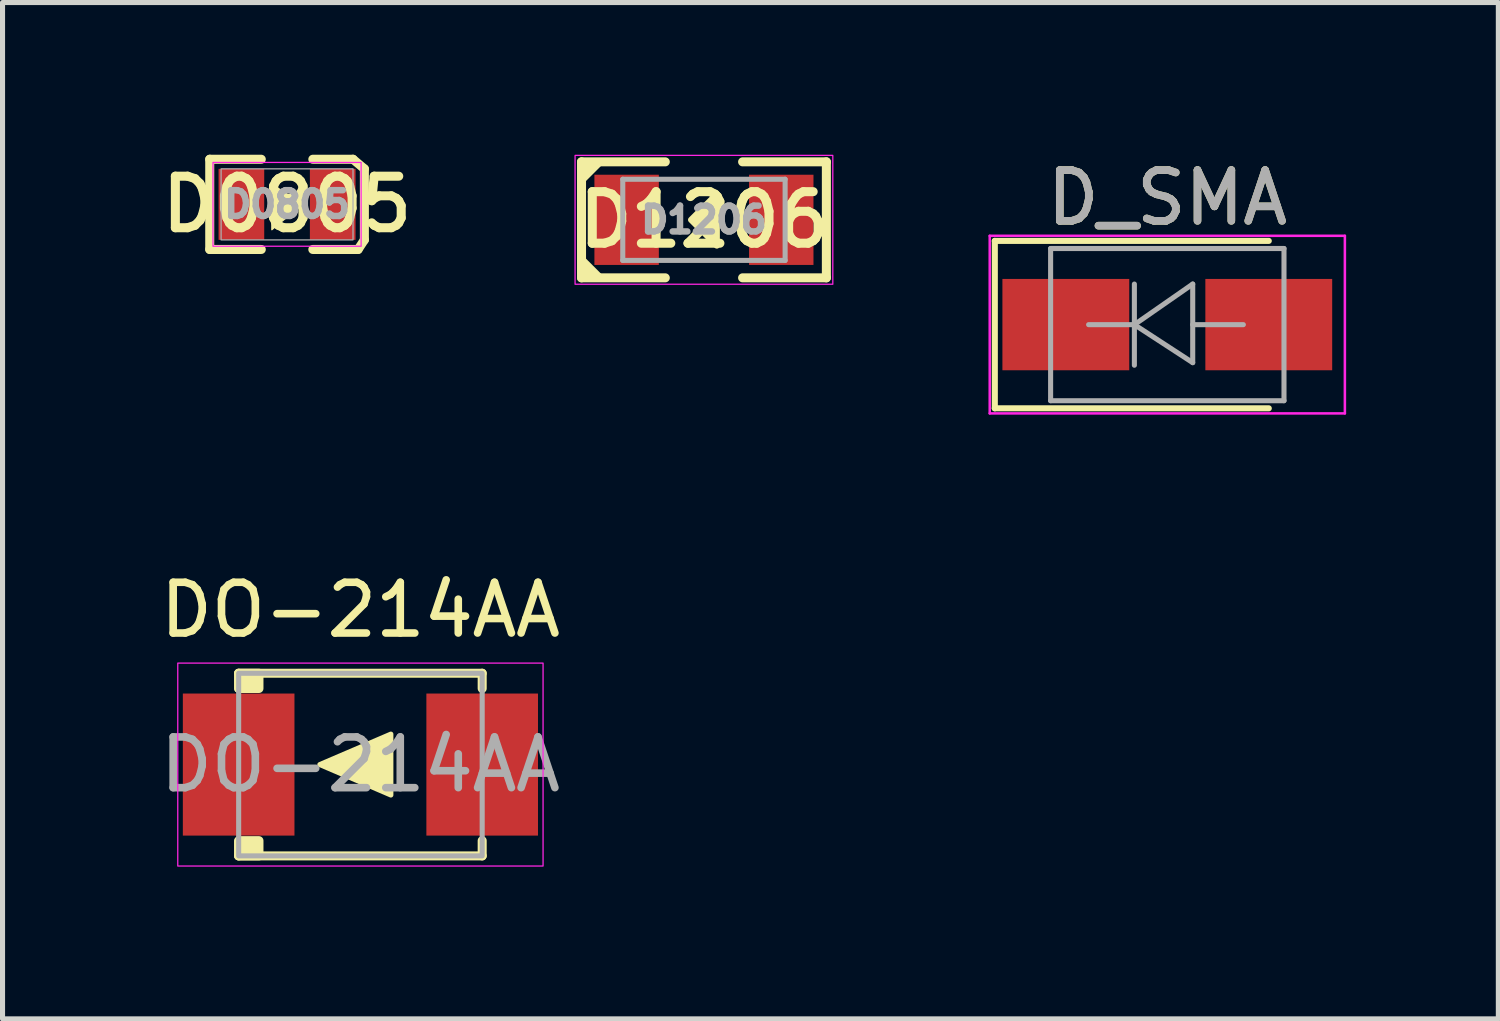
<source format=kicad_pcb>
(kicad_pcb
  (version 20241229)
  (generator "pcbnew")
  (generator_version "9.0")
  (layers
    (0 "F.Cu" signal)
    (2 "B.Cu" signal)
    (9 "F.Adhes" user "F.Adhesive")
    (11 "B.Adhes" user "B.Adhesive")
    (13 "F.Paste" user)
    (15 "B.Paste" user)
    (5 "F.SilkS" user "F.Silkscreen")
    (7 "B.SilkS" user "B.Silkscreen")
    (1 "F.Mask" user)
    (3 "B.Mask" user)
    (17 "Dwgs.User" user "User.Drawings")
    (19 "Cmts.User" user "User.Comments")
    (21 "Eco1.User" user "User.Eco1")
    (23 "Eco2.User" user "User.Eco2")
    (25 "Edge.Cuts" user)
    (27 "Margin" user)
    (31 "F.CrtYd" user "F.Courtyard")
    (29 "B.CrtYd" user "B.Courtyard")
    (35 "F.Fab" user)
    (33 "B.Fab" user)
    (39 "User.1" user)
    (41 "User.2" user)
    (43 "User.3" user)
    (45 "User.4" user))
  (footprint "D_SMA"
    (layer "F.Cu")
    (at 19.958 3.348)
    (property "Reference" "D_SMA" (at 0 -2.5 0) (layer "F.SilkS") (effects (font (size 1 1) (thickness 0.15))))
    (attr smd)
    (fp_line (start -3.4 -1.65) (end -3.4 1.65) (stroke (width 0.12) (type solid)) (layer "F.SilkS"))
    (fp_line (start -3.4 -1.65) (end 2 -1.65) (stroke (width 0.12) (type solid)) (layer "F.SilkS"))
    (fp_line (start -3.4 1.65) (end 2 1.65) (stroke (width 0.12) (type solid)) (layer "F.SilkS"))
    (fp_line (start -3.5 -1.75) (end 3.5 -1.75) (stroke (width 0.05) (type solid)) (layer "F.CrtYd"))
    (fp_line (start -3.5 1.75) (end -3.5 -1.75) (stroke (width 0.05) (type solid)) (layer "F.CrtYd"))
    (fp_line (start 3.5 -1.75) (end 3.5 1.75) (stroke (width 0.05) (type solid)) (layer "F.CrtYd"))
    (fp_line (start 3.5 1.75) (end -3.5 1.75) (stroke (width 0.05) (type solid)) (layer "F.CrtYd"))
    (fp_line (start -2.3 1.5) (end -2.3 -1.5) (stroke (width 0.1) (type solid)) (layer "F.Fab"))
    (fp_line (start -0.649 -0.799) (end -0.649 0.801) (stroke (width 0.1) (type solid)) (layer "F.Fab"))
    (fp_line (start -0.649 0.001) (end -1.551 0.001) (stroke (width 0.1) (type solid)) (layer "F.Fab"))
    (fp_line (start -0.649 0.001) (end 0.501 -0.799) (stroke (width 0.1) (type solid)) (layer "F.Fab"))
    (fp_line (start -0.649 0.001) (end 0.501 0.75) (stroke (width 0.1) (type solid)) (layer "F.Fab"))
    (fp_line (start 0.501 0.001) (end 1.499 0.001) (stroke (width 0.1) (type solid)) (layer "F.Fab"))
    (fp_line (start 0.501 0.75) (end 0.501 -0.799) (stroke (width 0.1) (type solid)) (layer "F.Fab"))
    (fp_line (start 2.3 -1.5) (end -2.3 -1.5) (stroke (width 0.1) (type solid)) (layer "F.Fab"))
    (fp_line (start 2.3 -1.5) (end 2.3 1.5) (stroke (width 0.1) (type solid)) (layer "F.Fab"))
    (fp_line (start 2.3 1.5) (end -2.3 1.5) (stroke (width 0.1) (type solid)) (layer "F.Fab"))
    (fp_text user "${REFERENCE}" (at 0 -2.5 0) (layer "F.Fab") (effects (font (size 1 1) (thickness 0.15))))
    (pad "A" smd rect (at 2 0) (size 2.5 1.8) (layers "F.Cu" "F.Mask" "F.Paste"))
    (pad "K" smd rect (at -2 0) (size 2.5 1.8) (layers "F.Cu" "F.Mask" "F.Paste")))
  (footprint "D1206"
    (layer "F.Cu")
    (at 10.825 1.283)
    (property "Reference" "D1206" (at 0 0 0) (layer "F.SilkS") (effects (font (size 1.016 1.016) (thickness 0.178))))
    (attr smd)
    (fp_line (start -2.413 -1.143) (end -2.413 1.143) (stroke (width 0.178) (type solid)) (layer "F.SilkS"))
    (fp_line (start -0.762 -1.143) (end -2.413 -1.143) (stroke (width 0.178) (type solid)) (layer "F.SilkS"))
    (fp_line (start -0.762 1.143) (end -2.413 1.143) (stroke (width 0.178) (type solid)) (layer "F.SilkS"))
    (fp_line (start 2.413 -1.143) (end 0.762 -1.143) (stroke (width 0.178) (type solid)) (layer "F.SilkS"))
    (fp_line (start 2.413 -1.143) (end 2.413 1.143) (stroke (width 0.178) (type solid)) (layer "F.SilkS"))
    (fp_line (start 2.413 1.143) (end 0.762 1.143) (stroke (width 0.178) (type solid)) (layer "F.SilkS"))
    (fp_poly (pts (xy -2.413 -0.762) (xy -2.413 -1.143) (xy -2.032 -1.143)) (stroke (width 0.12) (type solid)) (fill yes) (layer "F.SilkS"))
    (fp_poly (pts (xy -2.032 1.143) (xy -2.413 1.143) (xy -2.413 0.762)) (stroke (width 0.12) (type solid)) (fill yes) (layer "F.SilkS"))
    (fp_poly (pts (xy 0.254 0.508) (xy -0.254 0) (xy 0.254 -0.508)) (stroke (width 0.12) (type solid)) (fill yes) (layer "F.SilkS"))
    (fp_rect (start -2.54 -1.27) (end 2.54 1.27) (stroke (width 0.025) (type solid)) (fill no) (layer "F.CrtYd"))
    (fp_line (start -1.6 -0.8) (end 1.6 -0.8) (stroke (width 0.1) (type solid)) (layer "F.Fab"))
    (fp_line (start -1.6 0.8) (end -1.6 -0.8) (stroke (width 0.1) (type solid)) (layer "F.Fab"))
    (fp_line (start 1.6 -0.8) (end 1.6 0.8) (stroke (width 0.1) (type solid)) (layer "F.Fab"))
    (fp_line (start 1.6 0.8) (end -1.6 0.8) (stroke (width 0.1) (type solid)) (layer "F.Fab"))
    (fp_text user "${REFERENCE}" (at 0 0 0) (layer "F.Fab") (effects (font (size 0.508 0.508) (thickness 0.127))))
    (pad "A" smd rect (at 1.524 0) (size 1.27 1.778) (layers "F.Cu" "F.Mask" "F.Paste"))
    (pad "K" smd rect (at -1.524 0) (size 1.27 1.778) (layers "F.Cu" "F.Mask" "F.Paste")))
  (footprint "DO-214AA"
    (layer "F.Cu")
    (at 4.054 12.02)
    (property "Reference" "DO-214AA" (at 0 -3.048 0) (layer "F.SilkS") (effects (font (size 1 1) (thickness 0.15))))
    (attr smd)
    (fp_line (start -2.4 -1.8) (end 2.4 -1.8) (stroke (width 0.178) (type solid)) (layer "F.SilkS"))
    (fp_line (start -2.4 -1.5) (end -2.4 -1.8) (stroke (width 0.178) (type solid)) (layer "F.SilkS"))
    (fp_line (start -2.4 1.8) (end -2.4 1.519) (stroke (width 0.178) (type solid)) (layer "F.SilkS"))
    (fp_line (start 2.4 -1.8) (end 2.4 -1.5) (stroke (width 0.178) (type solid)) (layer "F.SilkS"))
    (fp_line (start 2.4 1.5) (end 2.4 1.8) (stroke (width 0.178) (type solid)) (layer "F.SilkS"))
    (fp_line (start 2.4 1.8) (end -2.4 1.8) (stroke (width 0.178) (type solid)) (layer "F.SilkS"))
    (fp_rect (start -2.4 -1.8) (end -2 -1.5) (stroke (width 0.178) (type solid)) (fill yes) (layer "F.SilkS"))
    (fp_rect (start -2.4 1.5) (end -2 1.8) (stroke (width 0.178) (type solid)) (fill yes) (layer "F.SilkS"))
    (fp_poly (pts (xy 0.6 0.6) (xy -0.8 0) (xy 0.6 -0.6)) (stroke (width 0.1) (type solid)) (fill yes) (layer "F.SilkS"))
    (fp_rect (start -3.6 -2) (end 3.6 2) (stroke (width 0.025) (type solid)) (fill no) (layer "F.CrtYd"))
    (fp_rect (start -2.4 -1.8) (end 2.4 1.8) (stroke (width 0.1) (type solid)) (fill no) (layer "F.Fab"))
    (fp_text user "${REFERENCE}" (at 0 0 0) (layer "F.Fab") (effects (font (size 1 1) (thickness 0.15))))
    (pad "A" smd rect (at 2.4 0) (size 2.2 2.8) (layers "F.Cu" "F.Mask" "F.Paste"))
    (pad "K" smd rect (at -2.4 0) (size 2.2 2.8) (layers "F.Cu" "F.Mask" "F.Paste")))
  (footprint "D0805"
    (layer "F.Cu")
    (at 2.608 0.978)
    (property "Reference" "D0805" (at 0 0 0) (layer "F.SilkS") (effects (font (size 1.016 1.016) (thickness 0.178))))
    (attr smd)
    (fp_line (start -1.524 -0.889) (end -1.524 0.889) (stroke (width 0.178) (type solid)) (layer "F.SilkS"))
    (fp_line (start -1.524 -0.889) (end -0.508 -0.889) (stroke (width 0.178) (type solid)) (layer "F.SilkS"))
    (fp_line (start -1.524 0.889) (end -0.508 0.889) (stroke (width 0.178) (type solid)) (layer "F.SilkS"))
    (fp_line (start 0.508 -0.889) (end 1.3 -0.889) (stroke (width 0.178) (type solid)) (layer "F.SilkS"))
    (fp_line (start 0.508 0.889) (end 1.4 0.889) (stroke (width 0.178) (type solid)) (layer "F.SilkS"))
    (fp_line (start 1.3 -0.889) (end 1.524 -0.7) (stroke (width 0.178) (type solid)) (layer "F.SilkS"))
    (fp_line (start 1.4 0.889) (end 1.524 0.7) (stroke (width 0.178) (type solid)) (layer "F.SilkS"))
    (fp_line (start 1.524 -0.7) (end 1.524 0.7) (stroke (width 0.178) (type solid)) (layer "F.SilkS"))
    (fp_poly (pts (xy -0.3 -0.4) (xy -0.3 0.5) (xy 0.3 0)) (stroke (width 0.025) (type solid)) (fill yes) (layer "F.SilkS"))
    (fp_rect (start -1.46 -0.826) (end 1.46 0.826) (stroke (width 0.025) (type solid)) (fill no) (layer "F.CrtYd"))
    (fp_rect (start -1.3 -0.7) (end 1.3 0.7) (stroke (width 0.025) (type solid)) (fill no) (layer "F.Fab"))
    (fp_text user "${REFERENCE}" (at 0 0 0) (layer "F.Fab") (effects (font (size 0.508 0.508) (thickness 0.127))))
    (pad "A" smd rect (at -0.9 0) (size 0.9 1.4) (layers "F.Cu" "F.Mask" "F.Paste"))
    (pad "K" smd rect (at 0.9 0) (size 0.9 1.4) (layers "F.Cu" "F.Mask" "F.Paste"))
    (zone (net_name "") (layer "F.Cu") (hatch full 0.5) (connect_pads) (min_thickness 0.25) (filled_areas_thickness no) (keepout (tracks allowed) (vias allowed) (pads allowed) (copperpour not_allowed) (footprints allowed)) (placement (enabled no)) (fill) (polygon (pts (xy 2.408 0.278) (xy 2.408 1.678) (xy 2.808 1.678) (xy 2.808 0.278)))))
  (gr_rect
    (start -3 -3)
    (end 26.483 17.032)
    (stroke (width 0.1) (type default))
    (fill no)
    (layer "Edge.Cuts")))
</source>
